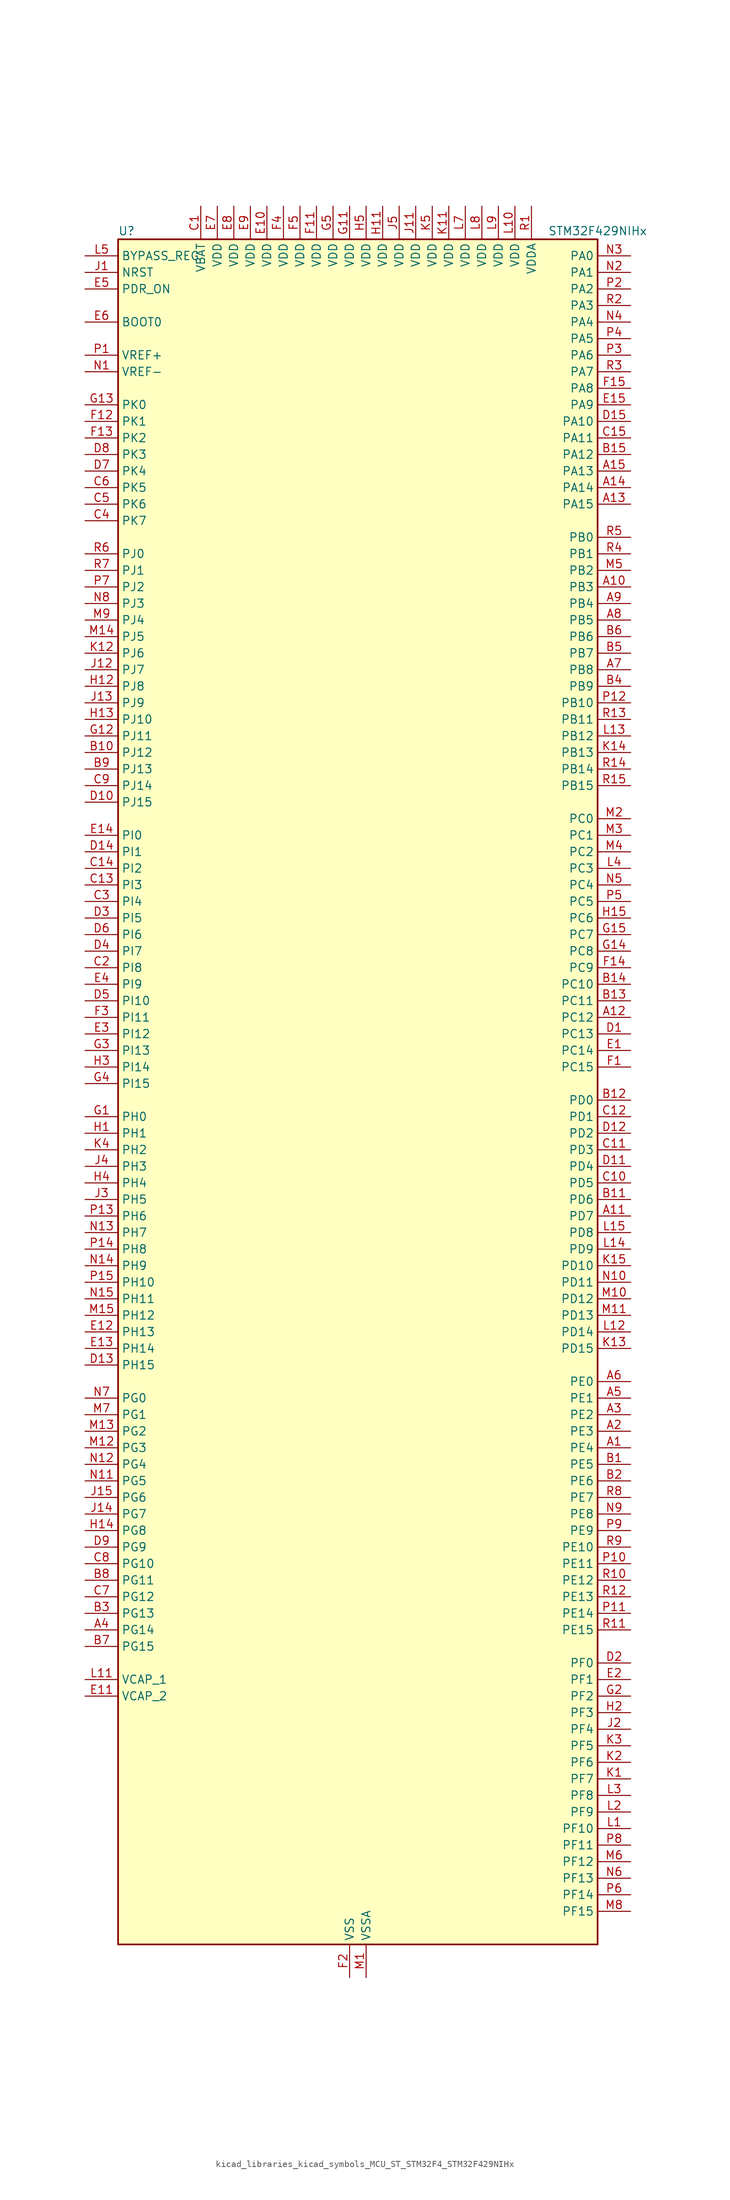
<source format=kicad_sym>
(kicad_symbol_lib
  (version 20220914)
  (generator kicad_symbol_editor)
  (symbol "kicad_libraries_kicad_symbols_MCU_ST_STM32F4_STM32F429NIHx"
    (property "Reference" "U"
      (at -35.56 133.35 0)
      (effects (font (size 1.27 1.27)) (justify left)))
    (property "Value" "STM32F429NIHx"
      (at 30.48 133.35 0)
      (effects (font (size 1.27 1.27)) (justify left)))
    (property "ki_locked" ""
      (at 0 0 0)
      (effects (font (size 1.27 1.27))))
    (symbol "kicad_libraries_kicad_symbols_MCU_ST_STM32F4_STM32F429NIHx_0_1"
      (rectangle (start -35.56 -129.54) (end 38.1 132.08) (stroke (width 0.254) (type default)) (fill (type background))))
    (symbol "kicad_libraries_kicad_symbols_MCU_ST_STM32F4_STM32F429NIHx_1_1"
      (pin bidirectional line (at 43.18 -53.34 180) (length 5.08) (name "PE4" (effects (font (size 1.27 1.27)))) (number "A1" (effects (font (size 1.27 1.27)))) (alternate "DCMI_D4" bidirectional line) (alternate "FMC_A20" bidirectional line) (alternate "LTDC_B0" bidirectional line) (alternate "SAI1_FS_A" bidirectional line) (alternate "SPI4_NSS" bidirectional line) (alternate "SYS_TRACED1" bidirectional line))
      (pin bidirectional line (at 43.18 78.74 180) (length 5.08) (name "PB3" (effects (font (size 1.27 1.27)))) (number "A10" (effects (font (size 1.27 1.27)))) (alternate "I2S3_CK" bidirectional line) (alternate "SPI1_SCK" bidirectional line) (alternate "SPI3_SCK" bidirectional line) (alternate "SYS_JTDO-SWO" bidirectional line) (alternate "TIM2_CH2" bidirectional line))
      (pin bidirectional line (at 43.18 -17.78 180) (length 5.08) (name "PD7" (effects (font (size 1.27 1.27)))) (number "A11" (effects (font (size 1.27 1.27)))) (alternate "FMC_NCE2" bidirectional line) (alternate "FMC_NE1" bidirectional line) (alternate "USART2_CK" bidirectional line))
      (pin bidirectional line (at 43.18 12.7 180) (length 5.08) (name "PC12" (effects (font (size 1.27 1.27)))) (number "A12" (effects (font (size 1.27 1.27)))) (alternate "DCMI_D9" bidirectional line) (alternate "I2S3_SD" bidirectional line) (alternate "SDIO_CK" bidirectional line) (alternate "SPI3_MOSI" bidirectional line) (alternate "UART5_TX" bidirectional line) (alternate "USART3_CK" bidirectional line))
      (pin bidirectional line (at 43.18 91.44 180) (length 5.08) (name "PA15" (effects (font (size 1.27 1.27)))) (number "A13" (effects (font (size 1.27 1.27)))) (alternate "ADC1_EXTI15" bidirectional line) (alternate "ADC2_EXTI15" bidirectional line) (alternate "ADC3_EXTI15" bidirectional line) (alternate "I2S3_WS" bidirectional line) (alternate "SPI1_NSS" bidirectional line) (alternate "SPI3_NSS" bidirectional line) (alternate "SYS_JTDI" bidirectional line) (alternate "TIM2_CH1" bidirectional line) (alternate "TIM2_ETR" bidirectional line))
      (pin bidirectional line (at 43.18 93.98 180) (length 5.08) (name "PA14" (effects (font (size 1.27 1.27)))) (number "A14" (effects (font (size 1.27 1.27)))) (alternate "SYS_JTCK-SWCLK" bidirectional line))
      (pin bidirectional line (at 43.18 96.52 180) (length 5.08) (name "PA13" (effects (font (size 1.27 1.27)))) (number "A15" (effects (font (size 1.27 1.27)))) (alternate "SYS_JTMS-SWDIO" bidirectional line))
      (pin bidirectional line (at 43.18 -50.8 180) (length 5.08) (name "PE3" (effects (font (size 1.27 1.27)))) (number "A2" (effects (font (size 1.27 1.27)))) (alternate "FMC_A19" bidirectional line) (alternate "SAI1_SD_B" bidirectional line) (alternate "SYS_TRACED0" bidirectional line))
      (pin bidirectional line (at 43.18 -48.26 180) (length 5.08) (name "PE2" (effects (font (size 1.27 1.27)))) (number "A3" (effects (font (size 1.27 1.27)))) (alternate "ETH_TXD3" bidirectional line) (alternate "FMC_A23" bidirectional line) (alternate "SAI1_MCLK_A" bidirectional line) (alternate "SPI4_SCK" bidirectional line) (alternate "SYS_TRACECLK" bidirectional line))
      (pin bidirectional line (at -40.64 -81.28 0) (length 5.08) (name "PG14" (effects (font (size 1.27 1.27)))) (number "A4" (effects (font (size 1.27 1.27)))) (alternate "ETH_TXD1" bidirectional line) (alternate "FMC_A25" bidirectional line) (alternate "SPI6_MOSI" bidirectional line) (alternate "USART6_TX" bidirectional line))
      (pin bidirectional line (at 43.18 -45.72 180) (length 5.08) (name "PE1" (effects (font (size 1.27 1.27)))) (number "A5" (effects (font (size 1.27 1.27)))) (alternate "DCMI_D3" bidirectional line) (alternate "FMC_NBL1" bidirectional line) (alternate "UART8_TX" bidirectional line))
      (pin bidirectional line (at 43.18 -43.18 180) (length 5.08) (name "PE0" (effects (font (size 1.27 1.27)))) (number "A6" (effects (font (size 1.27 1.27)))) (alternate "DCMI_D2" bidirectional line) (alternate "FMC_NBL0" bidirectional line) (alternate "TIM4_ETR" bidirectional line) (alternate "UART8_RX" bidirectional line))
      (pin bidirectional line (at 43.18 66.04 180) (length 5.08) (name "PB8" (effects (font (size 1.27 1.27)))) (number "A7" (effects (font (size 1.27 1.27)))) (alternate "CAN1_RX" bidirectional line) (alternate "DCMI_D6" bidirectional line) (alternate "ETH_TXD3" bidirectional line) (alternate "I2C1_SCL" bidirectional line) (alternate "LTDC_B6" bidirectional line) (alternate "SDIO_D4" bidirectional line) (alternate "TIM10_CH1" bidirectional line) (alternate "TIM4_CH3" bidirectional line))
      (pin bidirectional line (at 43.18 73.66 180) (length 5.08) (name "PB5" (effects (font (size 1.27 1.27)))) (number "A8" (effects (font (size 1.27 1.27)))) (alternate "CAN2_RX" bidirectional line) (alternate "DCMI_D10" bidirectional line) (alternate "ETH_PPS_OUT" bidirectional line) (alternate "FMC_SDCKE1" bidirectional line) (alternate "I2C1_SMBA" bidirectional line) (alternate "I2S3_SD" bidirectional line) (alternate "SPI1_MOSI" bidirectional line) (alternate "SPI3_MOSI" bidirectional line) (alternate "TIM3_CH2" bidirectional line) (alternate "USB_OTG_HS_ULPI_D7" bidirectional line))
      (pin bidirectional line (at 43.18 76.2 180) (length 5.08) (name "PB4" (effects (font (size 1.27 1.27)))) (number "A9" (effects (font (size 1.27 1.27)))) (alternate "I2S3_ext_SD" bidirectional line) (alternate "SPI1_MISO" bidirectional line) (alternate "SPI3_MISO" bidirectional line) (alternate "SYS_JTRST" bidirectional line) (alternate "TIM3_CH1" bidirectional line))
      (pin bidirectional line (at 43.18 -55.88 180) (length 5.08) (name "PE5" (effects (font (size 1.27 1.27)))) (number "B1" (effects (font (size 1.27 1.27)))) (alternate "DCMI_D6" bidirectional line) (alternate "FMC_A21" bidirectional line) (alternate "LTDC_G0" bidirectional line) (alternate "SAI1_SCK_A" bidirectional line) (alternate "SPI4_MISO" bidirectional line) (alternate "SYS_TRACED2" bidirectional line) (alternate "TIM9_CH1" bidirectional line))
      (pin bidirectional line (at -40.64 53.34 0) (length 5.08) (name "PJ12" (effects (font (size 1.27 1.27)))) (number "B10" (effects (font (size 1.27 1.27)))) (alternate "LTDC_B0" bidirectional line))
      (pin bidirectional line (at 43.18 -15.24 180) (length 5.08) (name "PD6" (effects (font (size 1.27 1.27)))) (number "B11" (effects (font (size 1.27 1.27)))) (alternate "DCMI_D10" bidirectional line) (alternate "FMC_NWAIT" bidirectional line) (alternate "I2S3_SD" bidirectional line) (alternate "LTDC_B2" bidirectional line) (alternate "SAI1_SD_A" bidirectional line) (alternate "SPI3_MOSI" bidirectional line) (alternate "USART2_RX" bidirectional line))
      (pin bidirectional line (at 43.18 0 180) (length 5.08) (name "PD0" (effects (font (size 1.27 1.27)))) (number "B12" (effects (font (size 1.27 1.27)))) (alternate "CAN1_RX" bidirectional line) (alternate "FMC_D2" bidirectional line) (alternate "FMC_DA2" bidirectional line))
      (pin bidirectional line (at 43.18 15.24 180) (length 5.08) (name "PC11" (effects (font (size 1.27 1.27)))) (number "B13" (effects (font (size 1.27 1.27)))) (alternate "ADC1_EXTI11" bidirectional line) (alternate "ADC2_EXTI11" bidirectional line) (alternate "ADC3_EXTI11" bidirectional line) (alternate "DCMI_D4" bidirectional line) (alternate "I2S3_ext_SD" bidirectional line) (alternate "SDIO_D3" bidirectional line) (alternate "SPI3_MISO" bidirectional line) (alternate "UART4_RX" bidirectional line) (alternate "USART3_RX" bidirectional line))
      (pin bidirectional line (at 43.18 17.78 180) (length 5.08) (name "PC10" (effects (font (size 1.27 1.27)))) (number "B14" (effects (font (size 1.27 1.27)))) (alternate "DCMI_D8" bidirectional line) (alternate "I2S3_CK" bidirectional line) (alternate "LTDC_R2" bidirectional line) (alternate "SDIO_D2" bidirectional line) (alternate "SPI3_SCK" bidirectional line) (alternate "UART4_TX" bidirectional line) (alternate "USART3_TX" bidirectional line))
      (pin bidirectional line (at 43.18 99.06 180) (length 5.08) (name "PA12" (effects (font (size 1.27 1.27)))) (number "B15" (effects (font (size 1.27 1.27)))) (alternate "CAN1_TX" bidirectional line) (alternate "LTDC_R5" bidirectional line) (alternate "TIM1_ETR" bidirectional line) (alternate "USART1_RTS" bidirectional line) (alternate "USB_OTG_FS_DP" bidirectional line))
      (pin bidirectional line (at 43.18 -58.42 180) (length 5.08) (name "PE6" (effects (font (size 1.27 1.27)))) (number "B2" (effects (font (size 1.27 1.27)))) (alternate "DCMI_D7" bidirectional line) (alternate "FMC_A22" bidirectional line) (alternate "LTDC_G1" bidirectional line) (alternate "SAI1_SD_A" bidirectional line) (alternate "SPI4_MOSI" bidirectional line) (alternate "SYS_TRACED3" bidirectional line) (alternate "TIM9_CH2" bidirectional line))
      (pin bidirectional line (at -40.64 -78.74 0) (length 5.08) (name "PG13" (effects (font (size 1.27 1.27)))) (number "B3" (effects (font (size 1.27 1.27)))) (alternate "ETH_TXD0" bidirectional line) (alternate "FMC_A24" bidirectional line) (alternate "SPI6_SCK" bidirectional line) (alternate "USART6_CTS" bidirectional line))
      (pin bidirectional line (at 43.18 63.5 180) (length 5.08) (name "PB9" (effects (font (size 1.27 1.27)))) (number "B4" (effects (font (size 1.27 1.27)))) (alternate "CAN1_TX" bidirectional line) (alternate "DAC_EXTI9" bidirectional line) (alternate "DCMI_D7" bidirectional line) (alternate "I2C1_SDA" bidirectional line) (alternate "I2S2_WS" bidirectional line) (alternate "LTDC_B7" bidirectional line) (alternate "SDIO_D5" bidirectional line) (alternate "SPI2_NSS" bidirectional line) (alternate "TIM11_CH1" bidirectional line) (alternate "TIM4_CH4" bidirectional line))
      (pin bidirectional line (at 43.18 68.58 180) (length 5.08) (name "PB7" (effects (font (size 1.27 1.27)))) (number "B5" (effects (font (size 1.27 1.27)))) (alternate "DCMI_VSYNC" bidirectional line) (alternate "FMC_NL" bidirectional line) (alternate "I2C1_SDA" bidirectional line) (alternate "TIM4_CH2" bidirectional line) (alternate "USART1_RX" bidirectional line))
      (pin bidirectional line (at 43.18 71.12 180) (length 5.08) (name "PB6" (effects (font (size 1.27 1.27)))) (number "B6" (effects (font (size 1.27 1.27)))) (alternate "CAN2_TX" bidirectional line) (alternate "DCMI_D5" bidirectional line) (alternate "FMC_SDNE1" bidirectional line) (alternate "I2C1_SCL" bidirectional line) (alternate "TIM4_CH1" bidirectional line) (alternate "USART1_TX" bidirectional line))
      (pin bidirectional line (at -40.64 -83.82 0) (length 5.08) (name "PG15" (effects (font (size 1.27 1.27)))) (number "B7" (effects (font (size 1.27 1.27)))) (alternate "ADC1_EXTI15" bidirectional line) (alternate "ADC2_EXTI15" bidirectional line) (alternate "ADC3_EXTI15" bidirectional line) (alternate "DCMI_D13" bidirectional line) (alternate "FMC_SDNCAS" bidirectional line) (alternate "USART6_CTS" bidirectional line))
      (pin bidirectional line (at -40.64 -73.66 0) (length 5.08) (name "PG11" (effects (font (size 1.27 1.27)))) (number "B8" (effects (font (size 1.27 1.27)))) (alternate "ADC1_EXTI11" bidirectional line) (alternate "ADC2_EXTI11" bidirectional line) (alternate "ADC3_EXTI11" bidirectional line) (alternate "DCMI_D3" bidirectional line) (alternate "ETH_TX_EN" bidirectional line) (alternate "FMC_NCE4_2" bidirectional line) (alternate "LTDC_B3" bidirectional line))
      (pin bidirectional line (at -40.64 50.8 0) (length 5.08) (name "PJ13" (effects (font (size 1.27 1.27)))) (number "B9" (effects (font (size 1.27 1.27)))) (alternate "LTDC_B1" bidirectional line))
      (pin power_in line (at -22.86 137.16 270) (length 5.08) (name "VBAT" (effects (font (size 1.27 1.27)))) (number "C1" (effects (font (size 1.27 1.27)))))
      (pin bidirectional line (at 43.18 -12.7 180) (length 5.08) (name "PD5" (effects (font (size 1.27 1.27)))) (number "C10" (effects (font (size 1.27 1.27)))) (alternate "FMC_NWE" bidirectional line) (alternate "USART2_TX" bidirectional line))
      (pin bidirectional line (at 43.18 -7.62 180) (length 5.08) (name "PD3" (effects (font (size 1.27 1.27)))) (number "C11" (effects (font (size 1.27 1.27)))) (alternate "DCMI_D5" bidirectional line) (alternate "FMC_CLK" bidirectional line) (alternate "I2S2_CK" bidirectional line) (alternate "LTDC_G7" bidirectional line) (alternate "SPI2_SCK" bidirectional line) (alternate "USART2_CTS" bidirectional line))
      (pin bidirectional line (at 43.18 -2.54 180) (length 5.08) (name "PD1" (effects (font (size 1.27 1.27)))) (number "C12" (effects (font (size 1.27 1.27)))) (alternate "CAN1_TX" bidirectional line) (alternate "FMC_D3" bidirectional line) (alternate "FMC_DA3" bidirectional line))
      (pin bidirectional line (at -40.64 33.02 0) (length 5.08) (name "PI3" (effects (font (size 1.27 1.27)))) (number "C13" (effects (font (size 1.27 1.27)))) (alternate "DCMI_D10" bidirectional line) (alternate "FMC_D27" bidirectional line) (alternate "I2S2_SD" bidirectional line) (alternate "SPI2_MOSI" bidirectional line) (alternate "TIM8_ETR" bidirectional line))
      (pin bidirectional line (at -40.64 35.56 0) (length 5.08) (name "PI2" (effects (font (size 1.27 1.27)))) (number "C14" (effects (font (size 1.27 1.27)))) (alternate "DCMI_D9" bidirectional line) (alternate "FMC_D26" bidirectional line) (alternate "I2S2_ext_SD" bidirectional line) (alternate "LTDC_G7" bidirectional line) (alternate "SPI2_MISO" bidirectional line) (alternate "TIM8_CH4" bidirectional line))
      (pin bidirectional line (at 43.18 101.6 180) (length 5.08) (name "PA11" (effects (font (size 1.27 1.27)))) (number "C15" (effects (font (size 1.27 1.27)))) (alternate "ADC1_EXTI11" bidirectional line) (alternate "ADC2_EXTI11" bidirectional line) (alternate "ADC3_EXTI11" bidirectional line) (alternate "CAN1_RX" bidirectional line) (alternate "LTDC_R4" bidirectional line) (alternate "TIM1_CH4" bidirectional line) (alternate "USART1_CTS" bidirectional line) (alternate "USB_OTG_FS_DM" bidirectional line))
      (pin bidirectional line (at -40.64 20.32 0) (length 5.08) (name "PI8" (effects (font (size 1.27 1.27)))) (number "C2" (effects (font (size 1.27 1.27)))) (alternate "RTC_AF2" bidirectional line))
      (pin bidirectional line (at -40.64 30.48 0) (length 5.08) (name "PI4" (effects (font (size 1.27 1.27)))) (number "C3" (effects (font (size 1.27 1.27)))) (alternate "DCMI_D5" bidirectional line) (alternate "FMC_NBL2" bidirectional line) (alternate "LTDC_B4" bidirectional line) (alternate "TIM8_BKIN" bidirectional line))
      (pin bidirectional line (at -40.64 88.9 0) (length 5.08) (name "PK7" (effects (font (size 1.27 1.27)))) (number "C4" (effects (font (size 1.27 1.27)))) (alternate "LTDC_DE" bidirectional line))
      (pin bidirectional line (at -40.64 91.44 0) (length 5.08) (name "PK6" (effects (font (size 1.27 1.27)))) (number "C5" (effects (font (size 1.27 1.27)))) (alternate "LTDC_B7" bidirectional line))
      (pin bidirectional line (at -40.64 93.98 0) (length 5.08) (name "PK5" (effects (font (size 1.27 1.27)))) (number "C6" (effects (font (size 1.27 1.27)))) (alternate "LTDC_B6" bidirectional line))
      (pin bidirectional line (at -40.64 -76.2 0) (length 5.08) (name "PG12" (effects (font (size 1.27 1.27)))) (number "C7" (effects (font (size 1.27 1.27)))) (alternate "FMC_NE4" bidirectional line) (alternate "LTDC_B1" bidirectional line) (alternate "LTDC_B4" bidirectional line) (alternate "SPI6_MISO" bidirectional line) (alternate "USART6_RTS" bidirectional line))
      (pin bidirectional line (at -40.64 -71.12 0) (length 5.08) (name "PG10" (effects (font (size 1.27 1.27)))) (number "C8" (effects (font (size 1.27 1.27)))) (alternate "DCMI_D2" bidirectional line) (alternate "FMC_NCE4_1" bidirectional line) (alternate "FMC_NE3" bidirectional line) (alternate "LTDC_B2" bidirectional line) (alternate "LTDC_G3" bidirectional line))
      (pin bidirectional line (at -40.64 48.26 0) (length 5.08) (name "PJ14" (effects (font (size 1.27 1.27)))) (number "C9" (effects (font (size 1.27 1.27)))) (alternate "LTDC_B2" bidirectional line))
      (pin bidirectional line (at 43.18 10.16 180) (length 5.08) (name "PC13" (effects (font (size 1.27 1.27)))) (number "D1" (effects (font (size 1.27 1.27)))) (alternate "RTC_AF1" bidirectional line))
      (pin bidirectional line (at -40.64 45.72 0) (length 5.08) (name "PJ15" (effects (font (size 1.27 1.27)))) (number "D10" (effects (font (size 1.27 1.27)))) (alternate "ADC1_EXTI15" bidirectional line) (alternate "ADC2_EXTI15" bidirectional line) (alternate "ADC3_EXTI15" bidirectional line) (alternate "LTDC_B3" bidirectional line))
      (pin bidirectional line (at 43.18 -10.16 180) (length 5.08) (name "PD4" (effects (font (size 1.27 1.27)))) (number "D11" (effects (font (size 1.27 1.27)))) (alternate "FMC_NOE" bidirectional line) (alternate "USART2_RTS" bidirectional line))
      (pin bidirectional line (at 43.18 -5.08 180) (length 5.08) (name "PD2" (effects (font (size 1.27 1.27)))) (number "D12" (effects (font (size 1.27 1.27)))) (alternate "DCMI_D11" bidirectional line) (alternate "SDIO_CMD" bidirectional line) (alternate "TIM3_ETR" bidirectional line) (alternate "UART5_RX" bidirectional line))
      (pin bidirectional line (at -40.64 -40.64 0) (length 5.08) (name "PH15" (effects (font (size 1.27 1.27)))) (number "D13" (effects (font (size 1.27 1.27)))) (alternate "ADC1_EXTI15" bidirectional line) (alternate "ADC2_EXTI15" bidirectional line) (alternate "ADC3_EXTI15" bidirectional line) (alternate "DCMI_D11" bidirectional line) (alternate "FMC_D23" bidirectional line) (alternate "LTDC_G4" bidirectional line) (alternate "TIM8_CH3N" bidirectional line))
      (pin bidirectional line (at -40.64 38.1 0) (length 5.08) (name "PI1" (effects (font (size 1.27 1.27)))) (number "D14" (effects (font (size 1.27 1.27)))) (alternate "DCMI_D8" bidirectional line) (alternate "FMC_D25" bidirectional line) (alternate "I2S2_CK" bidirectional line) (alternate "LTDC_G6" bidirectional line) (alternate "SPI2_SCK" bidirectional line))
      (pin bidirectional line (at 43.18 104.14 180) (length 5.08) (name "PA10" (effects (font (size 1.27 1.27)))) (number "D15" (effects (font (size 1.27 1.27)))) (alternate "DCMI_D1" bidirectional line) (alternate "TIM1_CH3" bidirectional line) (alternate "USART1_RX" bidirectional line) (alternate "USB_OTG_FS_ID" bidirectional line))
      (pin bidirectional line (at 43.18 -86.36 180) (length 5.08) (name "PF0" (effects (font (size 1.27 1.27)))) (number "D2" (effects (font (size 1.27 1.27)))) (alternate "FMC_A0" bidirectional line) (alternate "I2C2_SDA" bidirectional line))
      (pin bidirectional line (at -40.64 27.94 0) (length 5.08) (name "PI5" (effects (font (size 1.27 1.27)))) (number "D3" (effects (font (size 1.27 1.27)))) (alternate "DCMI_VSYNC" bidirectional line) (alternate "FMC_NBL3" bidirectional line) (alternate "LTDC_B5" bidirectional line) (alternate "TIM8_CH1" bidirectional line))
      (pin bidirectional line (at -40.64 22.86 0) (length 5.08) (name "PI7" (effects (font (size 1.27 1.27)))) (number "D4" (effects (font (size 1.27 1.27)))) (alternate "DCMI_D7" bidirectional line) (alternate "FMC_D29" bidirectional line) (alternate "LTDC_B7" bidirectional line) (alternate "TIM8_CH3" bidirectional line))
      (pin bidirectional line (at -40.64 15.24 0) (length 5.08) (name "PI10" (effects (font (size 1.27 1.27)))) (number "D5" (effects (font (size 1.27 1.27)))) (alternate "ETH_RX_ER" bidirectional line) (alternate "FMC_D31" bidirectional line) (alternate "LTDC_HSYNC" bidirectional line))
      (pin bidirectional line (at -40.64 25.4 0) (length 5.08) (name "PI6" (effects (font (size 1.27 1.27)))) (number "D6" (effects (font (size 1.27 1.27)))) (alternate "DCMI_D6" bidirectional line) (alternate "FMC_D28" bidirectional line) (alternate "LTDC_B6" bidirectional line) (alternate "TIM8_CH2" bidirectional line))
      (pin bidirectional line (at -40.64 96.52 0) (length 5.08) (name "PK4" (effects (font (size 1.27 1.27)))) (number "D7" (effects (font (size 1.27 1.27)))) (alternate "LTDC_B5" bidirectional line))
      (pin bidirectional line (at -40.64 99.06 0) (length 5.08) (name "PK3" (effects (font (size 1.27 1.27)))) (number "D8" (effects (font (size 1.27 1.27)))) (alternate "LTDC_B4" bidirectional line))
      (pin bidirectional line (at -40.64 -68.58 0) (length 5.08) (name "PG9" (effects (font (size 1.27 1.27)))) (number "D9" (effects (font (size 1.27 1.27)))) (alternate "DAC_EXTI9" bidirectional line) (alternate "DCMI_VSYNC" bidirectional line) (alternate "FMC_NCE3" bidirectional line) (alternate "FMC_NE2" bidirectional line) (alternate "USART6_RX" bidirectional line))
      (pin bidirectional line (at 43.18 7.62 180) (length 5.08) (name "PC14" (effects (font (size 1.27 1.27)))) (number "E1" (effects (font (size 1.27 1.27)))) (alternate "RCC_OSC32_IN" bidirectional line))
      (pin power_in line (at -12.7 137.16 270) (length 5.08) (name "VDD" (effects (font (size 1.27 1.27)))) (number "E10" (effects (font (size 1.27 1.27)))))
      (pin power_out line (at -40.64 -91.44 0) (length 5.08) (name "VCAP_2" (effects (font (size 1.27 1.27)))) (number "E11" (effects (font (size 1.27 1.27)))))
      (pin bidirectional line (at -40.64 -35.56 0) (length 5.08) (name "PH13" (effects (font (size 1.27 1.27)))) (number "E12" (effects (font (size 1.27 1.27)))) (alternate "CAN1_TX" bidirectional line) (alternate "FMC_D21" bidirectional line) (alternate "LTDC_G2" bidirectional line) (alternate "TIM8_CH1N" bidirectional line))
      (pin bidirectional line (at -40.64 -38.1 0) (length 5.08) (name "PH14" (effects (font (size 1.27 1.27)))) (number "E13" (effects (font (size 1.27 1.27)))) (alternate "DCMI_D4" bidirectional line) (alternate "FMC_D22" bidirectional line) (alternate "LTDC_G3" bidirectional line) (alternate "TIM8_CH2N" bidirectional line))
      (pin bidirectional line (at -40.64 40.64 0) (length 5.08) (name "PI0" (effects (font (size 1.27 1.27)))) (number "E14" (effects (font (size 1.27 1.27)))) (alternate "DCMI_D13" bidirectional line) (alternate "FMC_D24" bidirectional line) (alternate "I2S2_WS" bidirectional line) (alternate "LTDC_G5" bidirectional line) (alternate "SPI2_NSS" bidirectional line) (alternate "TIM5_CH4" bidirectional line))
      (pin bidirectional line (at 43.18 106.68 180) (length 5.08) (name "PA9" (effects (font (size 1.27 1.27)))) (number "E15" (effects (font (size 1.27 1.27)))) (alternate "DAC_EXTI9" bidirectional line) (alternate "DCMI_D0" bidirectional line) (alternate "I2C3_SMBA" bidirectional line) (alternate "TIM1_CH2" bidirectional line) (alternate "USART1_TX" bidirectional line) (alternate "USB_OTG_FS_VBUS" bidirectional line))
      (pin bidirectional line (at 43.18 -88.9 180) (length 5.08) (name "PF1" (effects (font (size 1.27 1.27)))) (number "E2" (effects (font (size 1.27 1.27)))) (alternate "FMC_A1" bidirectional line) (alternate "I2C2_SCL" bidirectional line))
      (pin bidirectional line (at -40.64 10.16 0) (length 5.08) (name "PI12" (effects (font (size 1.27 1.27)))) (number "E3" (effects (font (size 1.27 1.27)))) (alternate "LTDC_HSYNC" bidirectional line))
      (pin bidirectional line (at -40.64 17.78 0) (length 5.08) (name "PI9" (effects (font (size 1.27 1.27)))) (number "E4" (effects (font (size 1.27 1.27)))) (alternate "CAN1_RX" bidirectional line) (alternate "DAC_EXTI9" bidirectional line) (alternate "FMC_D30" bidirectional line) (alternate "LTDC_VSYNC" bidirectional line))
      (pin input line (at -40.64 124.46 0) (length 5.08) (name "PDR_ON" (effects (font (size 1.27 1.27)))) (number "E5" (effects (font (size 1.27 1.27)))))
      (pin input line (at -40.64 119.38 0) (length 5.08) (name "BOOT0" (effects (font (size 1.27 1.27)))) (number "E6" (effects (font (size 1.27 1.27)))))
      (pin power_in line (at -20.32 137.16 270) (length 5.08) (name "VDD" (effects (font (size 1.27 1.27)))) (number "E7" (effects (font (size 1.27 1.27)))))
      (pin power_in line (at -17.78 137.16 270) (length 5.08) (name "VDD" (effects (font (size 1.27 1.27)))) (number "E8" (effects (font (size 1.27 1.27)))))
      (pin power_in line (at -15.24 137.16 270) (length 5.08) (name "VDD" (effects (font (size 1.27 1.27)))) (number "E9" (effects (font (size 1.27 1.27)))))
      (pin bidirectional line (at 43.18 5.08 180) (length 5.08) (name "PC15" (effects (font (size 1.27 1.27)))) (number "F1" (effects (font (size 1.27 1.27)))) (alternate "ADC1_EXTI15" bidirectional line) (alternate "ADC2_EXTI15" bidirectional line) (alternate "ADC3_EXTI15" bidirectional line) (alternate "RCC_OSC32_OUT" bidirectional line))
      (pin passive line (at 0 -134.62 90) (length 5.08) hide (name "VSS" (effects (font (size 1.27 1.27)))) (number "F10" (effects (font (size 1.27 1.27)))))
      (pin power_in line (at -5.08 137.16 270) (length 5.08) (name "VDD" (effects (font (size 1.27 1.27)))) (number "F11" (effects (font (size 1.27 1.27)))))
      (pin bidirectional line (at -40.64 104.14 0) (length 5.08) (name "PK1" (effects (font (size 1.27 1.27)))) (number "F12" (effects (font (size 1.27 1.27)))) (alternate "LTDC_G6" bidirectional line))
      (pin bidirectional line (at -40.64 101.6 0) (length 5.08) (name "PK2" (effects (font (size 1.27 1.27)))) (number "F13" (effects (font (size 1.27 1.27)))) (alternate "LTDC_G7" bidirectional line))
      (pin bidirectional line (at 43.18 20.32 180) (length 5.08) (name "PC9" (effects (font (size 1.27 1.27)))) (number "F14" (effects (font (size 1.27 1.27)))) (alternate "DAC_EXTI9" bidirectional line) (alternate "DCMI_D3" bidirectional line) (alternate "I2C3_SDA" bidirectional line) (alternate "I2S_CKIN" bidirectional line) (alternate "RCC_MCO_2" bidirectional line) (alternate "SDIO_D1" bidirectional line) (alternate "TIM3_CH4" bidirectional line) (alternate "TIM8_CH4" bidirectional line))
      (pin bidirectional line (at 43.18 109.22 180) (length 5.08) (name "PA8" (effects (font (size 1.27 1.27)))) (number "F15" (effects (font (size 1.27 1.27)))) (alternate "I2C3_SCL" bidirectional line) (alternate "LTDC_R6" bidirectional line) (alternate "RCC_MCO_1" bidirectional line) (alternate "TIM1_CH1" bidirectional line) (alternate "USART1_CK" bidirectional line) (alternate "USB_OTG_FS_SOF" bidirectional line))
      (pin power_in line (at 0 -134.62 90) (length 5.08) (name "VSS" (effects (font (size 1.27 1.27)))) (number "F2" (effects (font (size 1.27 1.27)))))
      (pin bidirectional line (at -40.64 12.7 0) (length 5.08) (name "PI11" (effects (font (size 1.27 1.27)))) (number "F3" (effects (font (size 1.27 1.27)))) (alternate "ADC1_EXTI11" bidirectional line) (alternate "ADC2_EXTI11" bidirectional line) (alternate "ADC3_EXTI11" bidirectional line) (alternate "USB_OTG_HS_ULPI_DIR" bidirectional line))
      (pin power_in line (at -10.16 137.16 270) (length 5.08) (name "VDD" (effects (font (size 1.27 1.27)))) (number "F4" (effects (font (size 1.27 1.27)))))
      (pin power_in line (at -7.62 137.16 270) (length 5.08) (name "VDD" (effects (font (size 1.27 1.27)))) (number "F5" (effects (font (size 1.27 1.27)))))
      (pin passive line (at 0 -134.62 90) (length 5.08) hide (name "VSS" (effects (font (size 1.27 1.27)))) (number "F6" (effects (font (size 1.27 1.27)))))
      (pin passive line (at 0 -134.62 90) (length 5.08) hide (name "VSS" (effects (font (size 1.27 1.27)))) (number "F7" (effects (font (size 1.27 1.27)))))
      (pin passive line (at 0 -134.62 90) (length 5.08) hide (name "VSS" (effects (font (size 1.27 1.27)))) (number "F8" (effects (font (size 1.27 1.27)))))
      (pin passive line (at 0 -134.62 90) (length 5.08) hide (name "VSS" (effects (font (size 1.27 1.27)))) (number "F9" (effects (font (size 1.27 1.27)))))
      (pin bidirectional line (at -40.64 -2.54 0) (length 5.08) (name "PH0" (effects (font (size 1.27 1.27)))) (number "G1" (effects (font (size 1.27 1.27)))) (alternate "RCC_OSC_IN" bidirectional line))
      (pin passive line (at 0 -134.62 90) (length 5.08) hide (name "VSS" (effects (font (size 1.27 1.27)))) (number "G10" (effects (font (size 1.27 1.27)))))
      (pin power_in line (at 0 137.16 270) (length 5.08) (name "VDD" (effects (font (size 1.27 1.27)))) (number "G11" (effects (font (size 1.27 1.27)))))
      (pin bidirectional line (at -40.64 55.88 0) (length 5.08) (name "PJ11" (effects (font (size 1.27 1.27)))) (number "G12" (effects (font (size 1.27 1.27)))) (alternate "ADC1_EXTI11" bidirectional line) (alternate "ADC2_EXTI11" bidirectional line) (alternate "ADC3_EXTI11" bidirectional line) (alternate "LTDC_G4" bidirectional line))
      (pin bidirectional line (at -40.64 106.68 0) (length 5.08) (name "PK0" (effects (font (size 1.27 1.27)))) (number "G13" (effects (font (size 1.27 1.27)))) (alternate "LTDC_G5" bidirectional line))
      (pin bidirectional line (at 43.18 22.86 180) (length 5.08) (name "PC8" (effects (font (size 1.27 1.27)))) (number "G14" (effects (font (size 1.27 1.27)))) (alternate "DCMI_D2" bidirectional line) (alternate "SDIO_D0" bidirectional line) (alternate "TIM3_CH3" bidirectional line) (alternate "TIM8_CH3" bidirectional line) (alternate "USART6_CK" bidirectional line))
      (pin bidirectional line (at 43.18 25.4 180) (length 5.08) (name "PC7" (effects (font (size 1.27 1.27)))) (number "G15" (effects (font (size 1.27 1.27)))) (alternate "DCMI_D1" bidirectional line) (alternate "I2S3_MCK" bidirectional line) (alternate "LTDC_G6" bidirectional line) (alternate "SDIO_D7" bidirectional line) (alternate "TIM3_CH2" bidirectional line) (alternate "TIM8_CH2" bidirectional line) (alternate "USART6_RX" bidirectional line))
      (pin bidirectional line (at 43.18 -91.44 180) (length 5.08) (name "PF2" (effects (font (size 1.27 1.27)))) (number "G2" (effects (font (size 1.27 1.27)))) (alternate "FMC_A2" bidirectional line) (alternate "I2C2_SMBA" bidirectional line))
      (pin bidirectional line (at -40.64 7.62 0) (length 5.08) (name "PI13" (effects (font (size 1.27 1.27)))) (number "G3" (effects (font (size 1.27 1.27)))) (alternate "LTDC_VSYNC" bidirectional line))
      (pin bidirectional line (at -40.64 2.54 0) (length 5.08) (name "PI15" (effects (font (size 1.27 1.27)))) (number "G4" (effects (font (size 1.27 1.27)))) (alternate "ADC1_EXTI15" bidirectional line) (alternate "ADC2_EXTI15" bidirectional line) (alternate "ADC3_EXTI15" bidirectional line) (alternate "LTDC_R0" bidirectional line))
      (pin power_in line (at -2.54 137.16 270) (length 5.08) (name "VDD" (effects (font (size 1.27 1.27)))) (number "G5" (effects (font (size 1.27 1.27)))))
      (pin passive line (at 0 -134.62 90) (length 5.08) hide (name "VSS" (effects (font (size 1.27 1.27)))) (number "G6" (effects (font (size 1.27 1.27)))))
      (pin bidirectional line (at -40.64 -5.08 0) (length 5.08) (name "PH1" (effects (font (size 1.27 1.27)))) (number "H1" (effects (font (size 1.27 1.27)))) (alternate "RCC_OSC_OUT" bidirectional line))
      (pin passive line (at 0 -134.62 90) (length 5.08) hide (name "VSS" (effects (font (size 1.27 1.27)))) (number "H10" (effects (font (size 1.27 1.27)))))
      (pin power_in line (at 5.08 137.16 270) (length 5.08) (name "VDD" (effects (font (size 1.27 1.27)))) (number "H11" (effects (font (size 1.27 1.27)))))
      (pin bidirectional line (at -40.64 63.5 0) (length 5.08) (name "PJ8" (effects (font (size 1.27 1.27)))) (number "H12" (effects (font (size 1.27 1.27)))) (alternate "LTDC_G1" bidirectional line))
      (pin bidirectional line (at -40.64 58.42 0) (length 5.08) (name "PJ10" (effects (font (size 1.27 1.27)))) (number "H13" (effects (font (size 1.27 1.27)))) (alternate "LTDC_G3" bidirectional line))
      (pin bidirectional line (at -40.64 -66.04 0) (length 5.08) (name "PG8" (effects (font (size 1.27 1.27)))) (number "H14" (effects (font (size 1.27 1.27)))) (alternate "ETH_PPS_OUT" bidirectional line) (alternate "FMC_SDCLK" bidirectional line) (alternate "SPI6_NSS" bidirectional line) (alternate "USART6_RTS" bidirectional line))
      (pin bidirectional line (at 43.18 27.94 180) (length 5.08) (name "PC6" (effects (font (size 1.27 1.27)))) (number "H15" (effects (font (size 1.27 1.27)))) (alternate "DCMI_D0" bidirectional line) (alternate "I2S2_MCK" bidirectional line) (alternate "LTDC_HSYNC" bidirectional line) (alternate "SDIO_D6" bidirectional line) (alternate "TIM3_CH1" bidirectional line) (alternate "TIM8_CH1" bidirectional line) (alternate "USART6_TX" bidirectional line))
      (pin bidirectional line (at 43.18 -93.98 180) (length 5.08) (name "PF3" (effects (font (size 1.27 1.27)))) (number "H2" (effects (font (size 1.27 1.27)))) (alternate "ADC3_IN9" bidirectional line) (alternate "FMC_A3" bidirectional line))
      (pin bidirectional line (at -40.64 5.08 0) (length 5.08) (name "PI14" (effects (font (size 1.27 1.27)))) (number "H3" (effects (font (size 1.27 1.27)))) (alternate "LTDC_CLK" bidirectional line))
      (pin bidirectional line (at -40.64 -12.7 0) (length 5.08) (name "PH4" (effects (font (size 1.27 1.27)))) (number "H4" (effects (font (size 1.27 1.27)))) (alternate "I2C2_SCL" bidirectional line) (alternate "USB_OTG_HS_ULPI_NXT" bidirectional line))
      (pin power_in line (at 2.54 137.16 270) (length 5.08) (name "VDD" (effects (font (size 1.27 1.27)))) (number "H5" (effects (font (size 1.27 1.27)))))
      (pin passive line (at 0 -134.62 90) (length 5.08) hide (name "VSS" (effects (font (size 1.27 1.27)))) (number "H6" (effects (font (size 1.27 1.27)))))
      (pin input line (at -40.64 127 0) (length 5.08) (name "NRST" (effects (font (size 1.27 1.27)))) (number "J1" (effects (font (size 1.27 1.27)))))
      (pin passive line (at 0 -134.62 90) (length 5.08) hide (name "VSS" (effects (font (size 1.27 1.27)))) (number "J10" (effects (font (size 1.27 1.27)))))
      (pin power_in line (at 10.16 137.16 270) (length 5.08) (name "VDD" (effects (font (size 1.27 1.27)))) (number "J11" (effects (font (size 1.27 1.27)))))
      (pin bidirectional line (at -40.64 66.04 0) (length 5.08) (name "PJ7" (effects (font (size 1.27 1.27)))) (number "J12" (effects (font (size 1.27 1.27)))) (alternate "LTDC_G0" bidirectional line))
      (pin bidirectional line (at -40.64 60.96 0) (length 5.08) (name "PJ9" (effects (font (size 1.27 1.27)))) (number "J13" (effects (font (size 1.27 1.27)))) (alternate "DAC_EXTI9" bidirectional line) (alternate "LTDC_G2" bidirectional line))
      (pin bidirectional line (at -40.64 -63.5 0) (length 5.08) (name "PG7" (effects (font (size 1.27 1.27)))) (number "J14" (effects (font (size 1.27 1.27)))) (alternate "DCMI_D13" bidirectional line) (alternate "FMC_INT3" bidirectional line) (alternate "LTDC_CLK" bidirectional line) (alternate "USART6_CK" bidirectional line))
      (pin bidirectional line (at -40.64 -60.96 0) (length 5.08) (name "PG6" (effects (font (size 1.27 1.27)))) (number "J15" (effects (font (size 1.27 1.27)))) (alternate "DCMI_D12" bidirectional line) (alternate "FMC_INT2" bidirectional line) (alternate "LTDC_R7" bidirectional line))
      (pin bidirectional line (at 43.18 -96.52 180) (length 5.08) (name "PF4" (effects (font (size 1.27 1.27)))) (number "J2" (effects (font (size 1.27 1.27)))) (alternate "ADC3_IN14" bidirectional line) (alternate "FMC_A4" bidirectional line))
      (pin bidirectional line (at -40.64 -15.24 0) (length 5.08) (name "PH5" (effects (font (size 1.27 1.27)))) (number "J3" (effects (font (size 1.27 1.27)))) (alternate "FMC_SDNWE" bidirectional line) (alternate "I2C2_SDA" bidirectional line) (alternate "SPI5_NSS" bidirectional line))
      (pin bidirectional line (at -40.64 -10.16 0) (length 5.08) (name "PH3" (effects (font (size 1.27 1.27)))) (number "J4" (effects (font (size 1.27 1.27)))) (alternate "ETH_COL" bidirectional line) (alternate "FMC_SDNE0" bidirectional line) (alternate "LTDC_R1" bidirectional line))
      (pin power_in line (at 7.62 137.16 270) (length 5.08) (name "VDD" (effects (font (size 1.27 1.27)))) (number "J5" (effects (font (size 1.27 1.27)))))
      (pin passive line (at 0 -134.62 90) (length 5.08) hide (name "VSS" (effects (font (size 1.27 1.27)))) (number "J6" (effects (font (size 1.27 1.27)))))
      (pin bidirectional line (at 43.18 -104.14 180) (length 5.08) (name "PF7" (effects (font (size 1.27 1.27)))) (number "K1" (effects (font (size 1.27 1.27)))) (alternate "ADC3_IN5" bidirectional line) (alternate "FMC_NREG" bidirectional line) (alternate "SAI1_MCLK_B" bidirectional line) (alternate "SPI5_SCK" bidirectional line) (alternate "TIM11_CH1" bidirectional line) (alternate "UART7_TX" bidirectional line))
      (pin passive line (at 0 -134.62 90) (length 5.08) hide (name "VSS" (effects (font (size 1.27 1.27)))) (number "K10" (effects (font (size 1.27 1.27)))))
      (pin power_in line (at 15.24 137.16 270) (length 5.08) (name "VDD" (effects (font (size 1.27 1.27)))) (number "K11" (effects (font (size 1.27 1.27)))))
      (pin bidirectional line (at -40.64 68.58 0) (length 5.08) (name "PJ6" (effects (font (size 1.27 1.27)))) (number "K12" (effects (font (size 1.27 1.27)))) (alternate "LTDC_R7" bidirectional line))
      (pin bidirectional line (at 43.18 -38.1 180) (length 5.08) (name "PD15" (effects (font (size 1.27 1.27)))) (number "K13" (effects (font (size 1.27 1.27)))) (alternate "ADC1_EXTI15" bidirectional line) (alternate "ADC2_EXTI15" bidirectional line) (alternate "ADC3_EXTI15" bidirectional line) (alternate "FMC_D1" bidirectional line) (alternate "FMC_DA1" bidirectional line) (alternate "TIM4_CH4" bidirectional line))
      (pin bidirectional line (at 43.18 53.34 180) (length 5.08) (name "PB13" (effects (font (size 1.27 1.27)))) (number "K14" (effects (font (size 1.27 1.27)))) (alternate "CAN2_TX" bidirectional line) (alternate "ETH_TXD1" bidirectional line) (alternate "I2S2_CK" bidirectional line) (alternate "SPI2_SCK" bidirectional line) (alternate "TIM1_CH1N" bidirectional line) (alternate "USART3_CTS" bidirectional line) (alternate "USB_OTG_HS_ULPI_D6" bidirectional line) (alternate "USB_OTG_HS_VBUS" bidirectional line))
      (pin bidirectional line (at 43.18 -25.4 180) (length 5.08) (name "PD10" (effects (font (size 1.27 1.27)))) (number "K15" (effects (font (size 1.27 1.27)))) (alternate "FMC_D15" bidirectional line) (alternate "FMC_DA15" bidirectional line) (alternate "LTDC_B3" bidirectional line) (alternate "USART3_CK" bidirectional line))
      (pin bidirectional line (at 43.18 -101.6 180) (length 5.08) (name "PF6" (effects (font (size 1.27 1.27)))) (number "K2" (effects (font (size 1.27 1.27)))) (alternate "ADC3_IN4" bidirectional line) (alternate "FMC_NIORD" bidirectional line) (alternate "SAI1_SD_B" bidirectional line) (alternate "SPI5_NSS" bidirectional line) (alternate "TIM10_CH1" bidirectional line) (alternate "UART7_RX" bidirectional line))
      (pin bidirectional line (at 43.18 -99.06 180) (length 5.08) (name "PF5" (effects (font (size 1.27 1.27)))) (number "K3" (effects (font (size 1.27 1.27)))) (alternate "ADC3_IN15" bidirectional line) (alternate "FMC_A5" bidirectional line))
      (pin bidirectional line (at -40.64 -7.62 0) (length 5.08) (name "PH2" (effects (font (size 1.27 1.27)))) (number "K4" (effects (font (size 1.27 1.27)))) (alternate "ETH_CRS" bidirectional line) (alternate "FMC_SDCKE0" bidirectional line) (alternate "LTDC_R0" bidirectional line))
      (pin power_in line (at 12.7 137.16 270) (length 5.08) (name "VDD" (effects (font (size 1.27 1.27)))) (number "K5" (effects (font (size 1.27 1.27)))))
      (pin passive line (at 0 -134.62 90) (length 5.08) hide (name "VSS" (effects (font (size 1.27 1.27)))) (number "K6" (effects (font (size 1.27 1.27)))))
      (pin passive line (at 0 -134.62 90) (length 5.08) hide (name "VSS" (effects (font (size 1.27 1.27)))) (number "K7" (effects (font (size 1.27 1.27)))))
      (pin passive line (at 0 -134.62 90) (length 5.08) hide (name "VSS" (effects (font (size 1.27 1.27)))) (number "K8" (effects (font (size 1.27 1.27)))))
      (pin passive line (at 0 -134.62 90) (length 5.08) hide (name "VSS" (effects (font (size 1.27 1.27)))) (number "K9" (effects (font (size 1.27 1.27)))))
      (pin bidirectional line (at 43.18 -111.76 180) (length 5.08) (name "PF10" (effects (font (size 1.27 1.27)))) (number "L1" (effects (font (size 1.27 1.27)))) (alternate "ADC3_IN8" bidirectional line) (alternate "DCMI_D11" bidirectional line) (alternate "FMC_INTR" bidirectional line) (alternate "LTDC_DE" bidirectional line))
      (pin power_in line (at 25.4 137.16 270) (length 5.08) (name "VDD" (effects (font (size 1.27 1.27)))) (number "L10" (effects (font (size 1.27 1.27)))))
      (pin power_out line (at -40.64 -88.9 0) (length 5.08) (name "VCAP_1" (effects (font (size 1.27 1.27)))) (number "L11" (effects (font (size 1.27 1.27)))))
      (pin bidirectional line (at 43.18 -35.56 180) (length 5.08) (name "PD14" (effects (font (size 1.27 1.27)))) (number "L12" (effects (font (size 1.27 1.27)))) (alternate "FMC_D0" bidirectional line) (alternate "FMC_DA0" bidirectional line) (alternate "TIM4_CH3" bidirectional line))
      (pin bidirectional line (at 43.18 55.88 180) (length 5.08) (name "PB12" (effects (font (size 1.27 1.27)))) (number "L13" (effects (font (size 1.27 1.27)))) (alternate "CAN2_RX" bidirectional line) (alternate "ETH_TXD0" bidirectional line) (alternate "I2C2_SMBA" bidirectional line) (alternate "I2S2_WS" bidirectional line) (alternate "SPI2_NSS" bidirectional line) (alternate "TIM1_BKIN" bidirectional line) (alternate "USART3_CK" bidirectional line) (alternate "USB_OTG_HS_ID" bidirectional line) (alternate "USB_OTG_HS_ULPI_D5" bidirectional line))
      (pin bidirectional line (at 43.18 -22.86 180) (length 5.08) (name "PD9" (effects (font (size 1.27 1.27)))) (number "L14" (effects (font (size 1.27 1.27)))) (alternate "DAC_EXTI9" bidirectional line) (alternate "FMC_D14" bidirectional line) (alternate "FMC_DA14" bidirectional line) (alternate "USART3_RX" bidirectional line))
      (pin bidirectional line (at 43.18 -20.32 180) (length 5.08) (name "PD8" (effects (font (size 1.27 1.27)))) (number "L15" (effects (font (size 1.27 1.27)))) (alternate "FMC_D13" bidirectional line) (alternate "FMC_DA13" bidirectional line) (alternate "USART3_TX" bidirectional line))
      (pin bidirectional line (at 43.18 -109.22 180) (length 5.08) (name "PF9" (effects (font (size 1.27 1.27)))) (number "L2" (effects (font (size 1.27 1.27)))) (alternate "ADC3_IN7" bidirectional line) (alternate "DAC_EXTI9" bidirectional line) (alternate "FMC_CD" bidirectional line) (alternate "SAI1_FS_B" bidirectional line) (alternate "SPI5_MOSI" bidirectional line) (alternate "TIM14_CH1" bidirectional line))
      (pin bidirectional line (at 43.18 -106.68 180) (length 5.08) (name "PF8" (effects (font (size 1.27 1.27)))) (number "L3" (effects (font (size 1.27 1.27)))) (alternate "ADC3_IN6" bidirectional line) (alternate "FMC_NIOWR" bidirectional line) (alternate "SAI1_SCK_B" bidirectional line) (alternate "SPI5_MISO" bidirectional line) (alternate "TIM13_CH1" bidirectional line))
      (pin bidirectional line (at 43.18 35.56 180) (length 5.08) (name "PC3" (effects (font (size 1.27 1.27)))) (number "L4" (effects (font (size 1.27 1.27)))) (alternate "ADC1_IN13" bidirectional line) (alternate "ADC2_IN13" bidirectional line) (alternate "ADC3_IN13" bidirectional line) (alternate "ETH_TX_CLK" bidirectional line) (alternate "FMC_SDCKE0" bidirectional line) (alternate "I2S2_SD" bidirectional line) (alternate "SPI2_MOSI" bidirectional line) (alternate "USB_OTG_HS_ULPI_NXT" bidirectional line))
      (pin input line (at -40.64 129.54 0) (length 5.08) (name "BYPASS_REG" (effects (font (size 1.27 1.27)))) (number "L5" (effects (font (size 1.27 1.27)))))
      (pin passive line (at 0 -134.62 90) (length 5.08) hide (name "VSS" (effects (font (size 1.27 1.27)))) (number "L6" (effects (font (size 1.27 1.27)))))
      (pin power_in line (at 17.78 137.16 270) (length 5.08) (name "VDD" (effects (font (size 1.27 1.27)))) (number "L7" (effects (font (size 1.27 1.27)))))
      (pin power_in line (at 20.32 137.16 270) (length 5.08) (name "VDD" (effects (font (size 1.27 1.27)))) (number "L8" (effects (font (size 1.27 1.27)))))
      (pin power_in line (at 22.86 137.16 270) (length 5.08) (name "VDD" (effects (font (size 1.27 1.27)))) (number "L9" (effects (font (size 1.27 1.27)))))
      (pin power_in line (at 2.54 -134.62 90) (length 5.08) (name "VSSA" (effects (font (size 1.27 1.27)))) (number "M1" (effects (font (size 1.27 1.27)))))
      (pin bidirectional line (at 43.18 -30.48 180) (length 5.08) (name "PD12" (effects (font (size 1.27 1.27)))) (number "M10" (effects (font (size 1.27 1.27)))) (alternate "FMC_A17" bidirectional line) (alternate "FMC_ALE" bidirectional line) (alternate "TIM4_CH1" bidirectional line) (alternate "USART3_RTS" bidirectional line))
      (pin bidirectional line (at 43.18 -33.02 180) (length 5.08) (name "PD13" (effects (font (size 1.27 1.27)))) (number "M11" (effects (font (size 1.27 1.27)))) (alternate "FMC_A18" bidirectional line) (alternate "TIM4_CH2" bidirectional line))
      (pin bidirectional line (at -40.64 -53.34 0) (length 5.08) (name "PG3" (effects (font (size 1.27 1.27)))) (number "M12" (effects (font (size 1.27 1.27)))) (alternate "FMC_A13" bidirectional line))
      (pin bidirectional line (at -40.64 -50.8 0) (length 5.08) (name "PG2" (effects (font (size 1.27 1.27)))) (number "M13" (effects (font (size 1.27 1.27)))) (alternate "FMC_A12" bidirectional line))
      (pin bidirectional line (at -40.64 71.12 0) (length 5.08) (name "PJ5" (effects (font (size 1.27 1.27)))) (number "M14" (effects (font (size 1.27 1.27)))) (alternate "LTDC_R6" bidirectional line))
      (pin bidirectional line (at -40.64 -33.02 0) (length 5.08) (name "PH12" (effects (font (size 1.27 1.27)))) (number "M15" (effects (font (size 1.27 1.27)))) (alternate "DCMI_D3" bidirectional line) (alternate "FMC_D20" bidirectional line) (alternate "LTDC_R6" bidirectional line) (alternate "TIM5_CH3" bidirectional line))
      (pin bidirectional line (at 43.18 43.18 180) (length 5.08) (name "PC0" (effects (font (size 1.27 1.27)))) (number "M2" (effects (font (size 1.27 1.27)))) (alternate "ADC1_IN10" bidirectional line) (alternate "ADC2_IN10" bidirectional line) (alternate "ADC3_IN10" bidirectional line) (alternate "FMC_SDNWE" bidirectional line) (alternate "USB_OTG_HS_ULPI_STP" bidirectional line))
      (pin bidirectional line (at 43.18 40.64 180) (length 5.08) (name "PC1" (effects (font (size 1.27 1.27)))) (number "M3" (effects (font (size 1.27 1.27)))) (alternate "ADC1_IN11" bidirectional line) (alternate "ADC2_IN11" bidirectional line) (alternate "ADC3_IN11" bidirectional line) (alternate "ETH_MDC" bidirectional line))
      (pin bidirectional line (at 43.18 38.1 180) (length 5.08) (name "PC2" (effects (font (size 1.27 1.27)))) (number "M4" (effects (font (size 1.27 1.27)))) (alternate "ADC1_IN12" bidirectional line) (alternate "ADC2_IN12" bidirectional line) (alternate "ADC3_IN12" bidirectional line) (alternate "ETH_TXD2" bidirectional line) (alternate "FMC_SDNE0" bidirectional line) (alternate "I2S2_ext_SD" bidirectional line) (alternate "SPI2_MISO" bidirectional line) (alternate "USB_OTG_HS_ULPI_DIR" bidirectional line))
      (pin bidirectional line (at 43.18 81.28 180) (length 5.08) (name "PB2" (effects (font (size 1.27 1.27)))) (number "M5" (effects (font (size 1.27 1.27)))))
      (pin bidirectional line (at 43.18 -116.84 180) (length 5.08) (name "PF12" (effects (font (size 1.27 1.27)))) (number "M6" (effects (font (size 1.27 1.27)))) (alternate "FMC_A6" bidirectional line))
      (pin bidirectional line (at -40.64 -48.26 0) (length 5.08) (name "PG1" (effects (font (size 1.27 1.27)))) (number "M7" (effects (font (size 1.27 1.27)))) (alternate "FMC_A11" bidirectional line))
      (pin bidirectional line (at 43.18 -124.46 180) (length 5.08) (name "PF15" (effects (font (size 1.27 1.27)))) (number "M8" (effects (font (size 1.27 1.27)))) (alternate "ADC1_EXTI15" bidirectional line) (alternate "ADC2_EXTI15" bidirectional line) (alternate "ADC3_EXTI15" bidirectional line) (alternate "FMC_A9" bidirectional line))
      (pin bidirectional line (at -40.64 73.66 0) (length 5.08) (name "PJ4" (effects (font (size 1.27 1.27)))) (number "M9" (effects (font (size 1.27 1.27)))) (alternate "LTDC_R5" bidirectional line))
      (pin input line (at -40.64 111.76 0) (length 5.08) (name "VREF-" (effects (font (size 1.27 1.27)))) (number "N1" (effects (font (size 1.27 1.27)))))
      (pin bidirectional line (at 43.18 -27.94 180) (length 5.08) (name "PD11" (effects (font (size 1.27 1.27)))) (number "N10" (effects (font (size 1.27 1.27)))) (alternate "ADC1_EXTI11" bidirectional line) (alternate "ADC2_EXTI11" bidirectional line) (alternate "ADC3_EXTI11" bidirectional line) (alternate "FMC_A16" bidirectional line) (alternate "FMC_CLE" bidirectional line) (alternate "USART3_CTS" bidirectional line))
      (pin bidirectional line (at -40.64 -58.42 0) (length 5.08) (name "PG5" (effects (font (size 1.27 1.27)))) (number "N11" (effects (font (size 1.27 1.27)))) (alternate "FMC_A15" bidirectional line) (alternate "FMC_BA1" bidirectional line))
      (pin bidirectional line (at -40.64 -55.88 0) (length 5.08) (name "PG4" (effects (font (size 1.27 1.27)))) (number "N12" (effects (font (size 1.27 1.27)))) (alternate "FMC_A14" bidirectional line) (alternate "FMC_BA0" bidirectional line))
      (pin bidirectional line (at -40.64 -20.32 0) (length 5.08) (name "PH7" (effects (font (size 1.27 1.27)))) (number "N13" (effects (font (size 1.27 1.27)))) (alternate "DCMI_D9" bidirectional line) (alternate "ETH_RXD3" bidirectional line) (alternate "FMC_SDCKE1" bidirectional line) (alternate "I2C3_SCL" bidirectional line) (alternate "SPI5_MISO" bidirectional line))
      (pin bidirectional line (at -40.64 -25.4 0) (length 5.08) (name "PH9" (effects (font (size 1.27 1.27)))) (number "N14" (effects (font (size 1.27 1.27)))) (alternate "DAC_EXTI9" bidirectional line) (alternate "DCMI_D0" bidirectional line) (alternate "FMC_D17" bidirectional line) (alternate "I2C3_SMBA" bidirectional line) (alternate "LTDC_R3" bidirectional line) (alternate "TIM12_CH2" bidirectional line))
      (pin bidirectional line (at -40.64 -30.48 0) (length 5.08) (name "PH11" (effects (font (size 1.27 1.27)))) (number "N15" (effects (font (size 1.27 1.27)))) (alternate "ADC1_EXTI11" bidirectional line) (alternate "ADC2_EXTI11" bidirectional line) (alternate "ADC3_EXTI11" bidirectional line) (alternate "DCMI_D2" bidirectional line) (alternate "FMC_D19" bidirectional line) (alternate "LTDC_R5" bidirectional line) (alternate "TIM5_CH2" bidirectional line))
      (pin bidirectional line (at 43.18 127 180) (length 5.08) (name "PA1" (effects (font (size 1.27 1.27)))) (number "N2" (effects (font (size 1.27 1.27)))) (alternate "ADC1_IN1" bidirectional line) (alternate "ADC2_IN1" bidirectional line) (alternate "ADC3_IN1" bidirectional line) (alternate "ETH_REF_CLK" bidirectional line) (alternate "ETH_RX_CLK" bidirectional line) (alternate "TIM2_CH2" bidirectional line) (alternate "TIM5_CH2" bidirectional line) (alternate "UART4_RX" bidirectional line) (alternate "USART2_RTS" bidirectional line))
      (pin bidirectional line (at 43.18 129.54 180) (length 5.08) (name "PA0" (effects (font (size 1.27 1.27)))) (number "N3" (effects (font (size 1.27 1.27)))) (alternate "ADC1_IN0" bidirectional line) (alternate "ADC2_IN0" bidirectional line) (alternate "ADC3_IN0" bidirectional line) (alternate "ETH_CRS" bidirectional line) (alternate "SYS_WKUP" bidirectional line) (alternate "TIM2_CH1" bidirectional line) (alternate "TIM2_ETR" bidirectional line) (alternate "TIM5_CH1" bidirectional line) (alternate "TIM8_ETR" bidirectional line) (alternate "UART4_TX" bidirectional line) (alternate "USART2_CTS" bidirectional line))
      (pin bidirectional line (at 43.18 119.38 180) (length 5.08) (name "PA4" (effects (font (size 1.27 1.27)))) (number "N4" (effects (font (size 1.27 1.27)))) (alternate "ADC1_IN4" bidirectional line) (alternate "ADC2_IN4" bidirectional line) (alternate "DAC_OUT1" bidirectional line) (alternate "DCMI_HSYNC" bidirectional line) (alternate "I2S3_WS" bidirectional line) (alternate "LTDC_VSYNC" bidirectional line) (alternate "SPI1_NSS" bidirectional line) (alternate "SPI3_NSS" bidirectional line) (alternate "USART2_CK" bidirectional line) (alternate "USB_OTG_HS_SOF" bidirectional line))
      (pin bidirectional line (at 43.18 33.02 180) (length 5.08) (name "PC4" (effects (font (size 1.27 1.27)))) (number "N5" (effects (font (size 1.27 1.27)))) (alternate "ADC1_IN14" bidirectional line) (alternate "ADC2_IN14" bidirectional line) (alternate "ETH_RXD0" bidirectional line))
      (pin bidirectional line (at 43.18 -119.38 180) (length 5.08) (name "PF13" (effects (font (size 1.27 1.27)))) (number "N6" (effects (font (size 1.27 1.27)))) (alternate "FMC_A7" bidirectional line))
      (pin bidirectional line (at -40.64 -45.72 0) (length 5.08) (name "PG0" (effects (font (size 1.27 1.27)))) (number "N7" (effects (font (size 1.27 1.27)))) (alternate "FMC_A10" bidirectional line))
      (pin bidirectional line (at -40.64 76.2 0) (length 5.08) (name "PJ3" (effects (font (size 1.27 1.27)))) (number "N8" (effects (font (size 1.27 1.27)))) (alternate "LTDC_R4" bidirectional line))
      (pin bidirectional line (at 43.18 -63.5 180) (length 5.08) (name "PE8" (effects (font (size 1.27 1.27)))) (number "N9" (effects (font (size 1.27 1.27)))) (alternate "FMC_D5" bidirectional line) (alternate "FMC_DA5" bidirectional line) (alternate "TIM1_CH1N" bidirectional line) (alternate "UART7_TX" bidirectional line))
      (pin input line (at -40.64 114.3 0) (length 5.08) (name "VREF+" (effects (font (size 1.27 1.27)))) (number "P1" (effects (font (size 1.27 1.27)))))
      (pin bidirectional line (at 43.18 -71.12 180) (length 5.08) (name "PE11" (effects (font (size 1.27 1.27)))) (number "P10" (effects (font (size 1.27 1.27)))) (alternate "ADC1_EXTI11" bidirectional line) (alternate "ADC2_EXTI11" bidirectional line) (alternate "ADC3_EXTI11" bidirectional line) (alternate "FMC_D8" bidirectional line) (alternate "FMC_DA8" bidirectional line) (alternate "LTDC_G3" bidirectional line) (alternate "SPI4_NSS" bidirectional line) (alternate "TIM1_CH2" bidirectional line))
      (pin bidirectional line (at 43.18 -78.74 180) (length 5.08) (name "PE14" (effects (font (size 1.27 1.27)))) (number "P11" (effects (font (size 1.27 1.27)))) (alternate "FMC_D11" bidirectional line) (alternate "FMC_DA11" bidirectional line) (alternate "LTDC_CLK" bidirectional line) (alternate "SPI4_MOSI" bidirectional line) (alternate "TIM1_CH4" bidirectional line))
      (pin bidirectional line (at 43.18 60.96 180) (length 5.08) (name "PB10" (effects (font (size 1.27 1.27)))) (number "P12" (effects (font (size 1.27 1.27)))) (alternate "ETH_RX_ER" bidirectional line) (alternate "I2C2_SCL" bidirectional line) (alternate "I2S2_CK" bidirectional line) (alternate "LTDC_G4" bidirectional line) (alternate "SPI2_SCK" bidirectional line) (alternate "TIM2_CH3" bidirectional line) (alternate "USART3_TX" bidirectional line) (alternate "USB_OTG_HS_ULPI_D3" bidirectional line))
      (pin bidirectional line (at -40.64 -17.78 0) (length 5.08) (name "PH6" (effects (font (size 1.27 1.27)))) (number "P13" (effects (font (size 1.27 1.27)))) (alternate "DCMI_D8" bidirectional line) (alternate "ETH_RXD2" bidirectional line) (alternate "FMC_SDNE1" bidirectional line) (alternate "I2C2_SMBA" bidirectional line) (alternate "SPI5_SCK" bidirectional line) (alternate "TIM12_CH1" bidirectional line))
      (pin bidirectional line (at -40.64 -22.86 0) (length 5.08) (name "PH8" (effects (font (size 1.27 1.27)))) (number "P14" (effects (font (size 1.27 1.27)))) (alternate "DCMI_HSYNC" bidirectional line) (alternate "FMC_D16" bidirectional line) (alternate "I2C3_SDA" bidirectional line) (alternate "LTDC_R2" bidirectional line))
      (pin bidirectional line (at -40.64 -27.94 0) (length 5.08) (name "PH10" (effects (font (size 1.27 1.27)))) (number "P15" (effects (font (size 1.27 1.27)))) (alternate "DCMI_D1" bidirectional line) (alternate "FMC_D18" bidirectional line) (alternate "LTDC_R4" bidirectional line) (alternate "TIM5_CH1" bidirectional line))
      (pin bidirectional line (at 43.18 124.46 180) (length 5.08) (name "PA2" (effects (font (size 1.27 1.27)))) (number "P2" (effects (font (size 1.27 1.27)))) (alternate "ADC1_IN2" bidirectional line) (alternate "ADC2_IN2" bidirectional line) (alternate "ADC3_IN2" bidirectional line) (alternate "ETH_MDIO" bidirectional line) (alternate "TIM2_CH3" bidirectional line) (alternate "TIM5_CH3" bidirectional line) (alternate "TIM9_CH1" bidirectional line) (alternate "USART2_TX" bidirectional line))
      (pin bidirectional line (at 43.18 114.3 180) (length 5.08) (name "PA6" (effects (font (size 1.27 1.27)))) (number "P3" (effects (font (size 1.27 1.27)))) (alternate "ADC1_IN6" bidirectional line) (alternate "ADC2_IN6" bidirectional line) (alternate "DCMI_PIXCLK" bidirectional line) (alternate "LTDC_G2" bidirectional line) (alternate "SPI1_MISO" bidirectional line) (alternate "TIM13_CH1" bidirectional line) (alternate "TIM1_BKIN" bidirectional line) (alternate "TIM3_CH1" bidirectional line) (alternate "TIM8_BKIN" bidirectional line))
      (pin bidirectional line (at 43.18 116.84 180) (length 5.08) (name "PA5" (effects (font (size 1.27 1.27)))) (number "P4" (effects (font (size 1.27 1.27)))) (alternate "ADC1_IN5" bidirectional line) (alternate "ADC2_IN5" bidirectional line) (alternate "DAC_OUT2" bidirectional line) (alternate "SPI1_SCK" bidirectional line) (alternate "TIM2_CH1" bidirectional line) (alternate "TIM2_ETR" bidirectional line) (alternate "TIM8_CH1N" bidirectional line) (alternate "USB_OTG_HS_ULPI_CK" bidirectional line))
      (pin bidirectional line (at 43.18 30.48 180) (length 5.08) (name "PC5" (effects (font (size 1.27 1.27)))) (number "P5" (effects (font (size 1.27 1.27)))) (alternate "ADC1_IN15" bidirectional line) (alternate "ADC2_IN15" bidirectional line) (alternate "ETH_RXD1" bidirectional line))
      (pin bidirectional line (at 43.18 -121.92 180) (length 5.08) (name "PF14" (effects (font (size 1.27 1.27)))) (number "P6" (effects (font (size 1.27 1.27)))) (alternate "FMC_A8" bidirectional line))
      (pin bidirectional line (at -40.64 78.74 0) (length 5.08) (name "PJ2" (effects (font (size 1.27 1.27)))) (number "P7" (effects (font (size 1.27 1.27)))) (alternate "LTDC_R3" bidirectional line))
      (pin bidirectional line (at 43.18 -114.3 180) (length 5.08) (name "PF11" (effects (font (size 1.27 1.27)))) (number "P8" (effects (font (size 1.27 1.27)))) (alternate "ADC1_EXTI11" bidirectional line) (alternate "ADC2_EXTI11" bidirectional line) (alternate "ADC3_EXTI11" bidirectional line) (alternate "DCMI_D12" bidirectional line) (alternate "FMC_SDNRAS" bidirectional line) (alternate "SPI5_MOSI" bidirectional line))
      (pin bidirectional line (at 43.18 -66.04 180) (length 5.08) (name "PE9" (effects (font (size 1.27 1.27)))) (number "P9" (effects (font (size 1.27 1.27)))) (alternate "DAC_EXTI9" bidirectional line) (alternate "FMC_D6" bidirectional line) (alternate "FMC_DA6" bidirectional line) (alternate "TIM1_CH1" bidirectional line))
      (pin power_in line (at 27.94 137.16 270) (length 5.08) (name "VDDA" (effects (font (size 1.27 1.27)))) (number "R1" (effects (font (size 1.27 1.27)))))
      (pin bidirectional line (at 43.18 -73.66 180) (length 5.08) (name "PE12" (effects (font (size 1.27 1.27)))) (number "R10" (effects (font (size 1.27 1.27)))) (alternate "FMC_D9" bidirectional line) (alternate "FMC_DA9" bidirectional line) (alternate "LTDC_B4" bidirectional line) (alternate "SPI4_SCK" bidirectional line) (alternate "TIM1_CH3N" bidirectional line))
      (pin bidirectional line (at 43.18 -81.28 180) (length 5.08) (name "PE15" (effects (font (size 1.27 1.27)))) (number "R11" (effects (font (size 1.27 1.27)))) (alternate "ADC1_EXTI15" bidirectional line) (alternate "ADC2_EXTI15" bidirectional line) (alternate "ADC3_EXTI15" bidirectional line) (alternate "FMC_D12" bidirectional line) (alternate "FMC_DA12" bidirectional line) (alternate "LTDC_R7" bidirectional line) (alternate "TIM1_BKIN" bidirectional line))
      (pin bidirectional line (at 43.18 -76.2 180) (length 5.08) (name "PE13" (effects (font (size 1.27 1.27)))) (number "R12" (effects (font (size 1.27 1.27)))) (alternate "FMC_D10" bidirectional line) (alternate "FMC_DA10" bidirectional line) (alternate "LTDC_DE" bidirectional line) (alternate "SPI4_MISO" bidirectional line) (alternate "TIM1_CH3" bidirectional line))
      (pin bidirectional line (at 43.18 58.42 180) (length 5.08) (name "PB11" (effects (font (size 1.27 1.27)))) (number "R13" (effects (font (size 1.27 1.27)))) (alternate "ADC1_EXTI11" bidirectional line) (alternate "ADC2_EXTI11" bidirectional line) (alternate "ADC3_EXTI11" bidirectional line) (alternate "ETH_TX_EN" bidirectional line) (alternate "I2C2_SDA" bidirectional line) (alternate "LTDC_G5" bidirectional line) (alternate "TIM2_CH4" bidirectional line) (alternate "USART3_RX" bidirectional line) (alternate "USB_OTG_HS_ULPI_D4" bidirectional line))
      (pin bidirectional line (at 43.18 50.8 180) (length 5.08) (name "PB14" (effects (font (size 1.27 1.27)))) (number "R14" (effects (font (size 1.27 1.27)))) (alternate "I2S2_ext_SD" bidirectional line) (alternate "SPI2_MISO" bidirectional line) (alternate "TIM12_CH1" bidirectional line) (alternate "TIM1_CH2N" bidirectional line) (alternate "TIM8_CH2N" bidirectional line) (alternate "USART3_RTS" bidirectional line) (alternate "USB_OTG_HS_DM" bidirectional line))
      (pin bidirectional line (at 43.18 48.26 180) (length 5.08) (name "PB15" (effects (font (size 1.27 1.27)))) (number "R15" (effects (font (size 1.27 1.27)))) (alternate "ADC1_EXTI15" bidirectional line) (alternate "ADC2_EXTI15" bidirectional line) (alternate "ADC3_EXTI15" bidirectional line) (alternate "I2S2_SD" bidirectional line) (alternate "RTC_REFIN" bidirectional line) (alternate "SPI2_MOSI" bidirectional line) (alternate "TIM12_CH2" bidirectional line) (alternate "TIM1_CH3N" bidirectional line) (alternate "TIM8_CH3N" bidirectional line) (alternate "USB_OTG_HS_DP" bidirectional line))
      (pin bidirectional line (at 43.18 121.92 180) (length 5.08) (name "PA3" (effects (font (size 1.27 1.27)))) (number "R2" (effects (font (size 1.27 1.27)))) (alternate "ADC1_IN3" bidirectional line) (alternate "ADC2_IN3" bidirectional line) (alternate "ADC3_IN3" bidirectional line) (alternate "ETH_COL" bidirectional line) (alternate "LTDC_B5" bidirectional line) (alternate "TIM2_CH4" bidirectional line) (alternate "TIM5_CH4" bidirectional line) (alternate "TIM9_CH2" bidirectional line) (alternate "USART2_RX" bidirectional line) (alternate "USB_OTG_HS_ULPI_D0" bidirectional line))
      (pin bidirectional line (at 43.18 111.76 180) (length 5.08) (name "PA7" (effects (font (size 1.27 1.27)))) (number "R3" (effects (font (size 1.27 1.27)))) (alternate "ADC1_IN7" bidirectional line) (alternate "ADC2_IN7" bidirectional line) (alternate "ETH_CRS_DV" bidirectional line) (alternate "ETH_RX_DV" bidirectional line) (alternate "SPI1_MOSI" bidirectional line) (alternate "TIM14_CH1" bidirectional line) (alternate "TIM1_CH1N" bidirectional line) (alternate "TIM3_CH2" bidirectional line) (alternate "TIM8_CH1N" bidirectional line))
      (pin bidirectional line (at 43.18 83.82 180) (length 5.08) (name "PB1" (effects (font (size 1.27 1.27)))) (number "R4" (effects (font (size 1.27 1.27)))) (alternate "ADC1_IN9" bidirectional line) (alternate "ADC2_IN9" bidirectional line) (alternate "ETH_RXD3" bidirectional line) (alternate "LTDC_R6" bidirectional line) (alternate "TIM1_CH3N" bidirectional line) (alternate "TIM3_CH4" bidirectional line) (alternate "TIM8_CH3N" bidirectional line) (alternate "USB_OTG_HS_ULPI_D2" bidirectional line))
      (pin bidirectional line (at 43.18 86.36 180) (length 5.08) (name "PB0" (effects (font (size 1.27 1.27)))) (number "R5" (effects (font (size 1.27 1.27)))) (alternate "ADC1_IN8" bidirectional line) (alternate "ADC2_IN8" bidirectional line) (alternate "ETH_RXD2" bidirectional line) (alternate "LTDC_R3" bidirectional line) (alternate "TIM1_CH2N" bidirectional line) (alternate "TIM3_CH3" bidirectional line) (alternate "TIM8_CH2N" bidirectional line) (alternate "USB_OTG_HS_ULPI_D1" bidirectional line))
      (pin bidirectional line (at -40.64 83.82 0) (length 5.08) (name "PJ0" (effects (font (size 1.27 1.27)))) (number "R6" (effects (font (size 1.27 1.27)))) (alternate "LTDC_R1" bidirectional line))
      (pin bidirectional line (at -40.64 81.28 0) (length 5.08) (name "PJ1" (effects (font (size 1.27 1.27)))) (number "R7" (effects (font (size 1.27 1.27)))) (alternate "LTDC_R2" bidirectional line))
      (pin bidirectional line (at 43.18 -60.96 180) (length 5.08) (name "PE7" (effects (font (size 1.27 1.27)))) (number "R8" (effects (font (size 1.27 1.27)))) (alternate "FMC_D4" bidirectional line) (alternate "FMC_DA4" bidirectional line) (alternate "TIM1_ETR" bidirectional line) (alternate "UART7_RX" bidirectional line))
      (pin bidirectional line (at 43.18 -68.58 180) (length 5.08) (name "PE10" (effects (font (size 1.27 1.27)))) (number "R9" (effects (font (size 1.27 1.27)))) (alternate "FMC_D7" bidirectional line) (alternate "FMC_DA7" bidirectional line) (alternate "TIM1_CH2N" bidirectional line)))))
</source>
